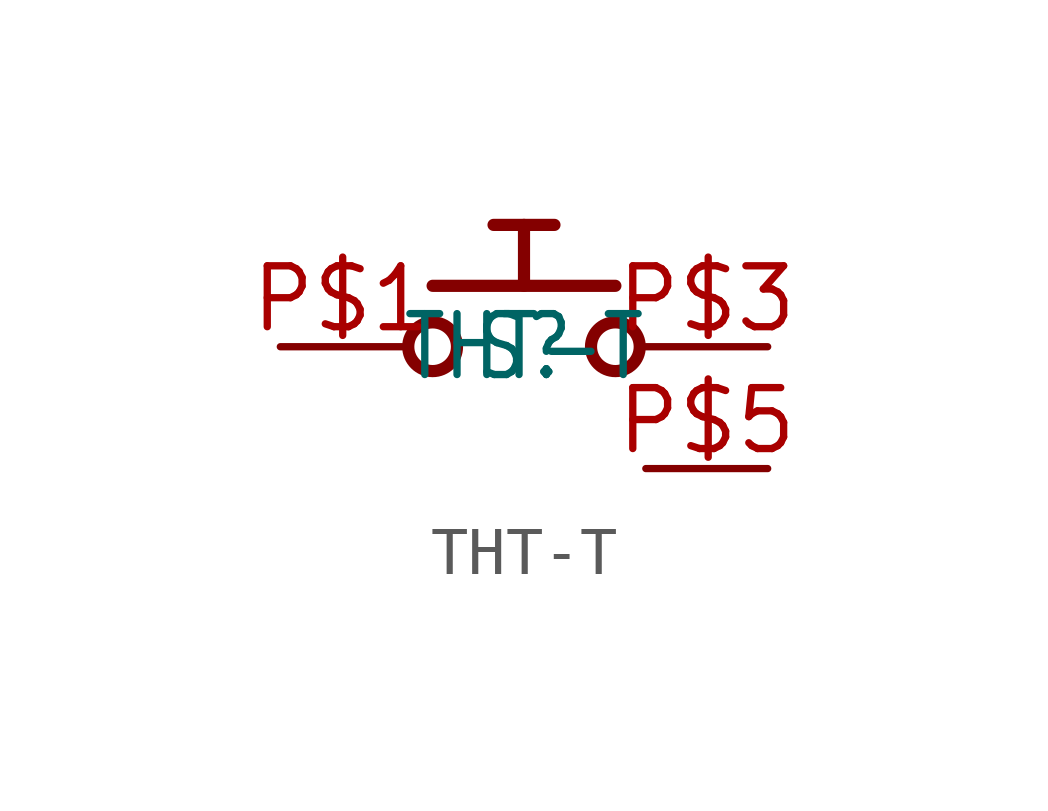
<source format=kicad_sym>
(kicad_symbol_lib
  (version 20211014)
  (generator kicad_symbol_editor)
  (symbol "THT-T"
    (pin_names
      (offset 1.016) hide)
    (property "Reference" "S"
      (at 0 0 0)
      (effects (font (size 1.27 1.086))))
    (property "Value" "THT-T"
      (at 0 0 0)
      (effects (font (size 1.27 1.086))))
    (symbol "THT-T_0_0")
    (symbol "THT-T_0_1"
      (polyline (pts (xy -1.905 1.27) (xy 0.0 1.27) (xy 1.905 1.27)) (stroke (width 0.254) (type default) (color 0 0 0 0)))
      (polyline (pts (xy 0.0 1.27) (xy 0.0 2.54) (xy -0.635 2.54)) (stroke (width 0.254) (type default) (color 0 0 0 0)))
      (polyline (pts (xy 0.0 2.54) (xy 0.635 2.54)) (stroke (width 0.254) (type default) (color 0 0 0 0)))
      (circle (center -1.905 0) (radius 0.508) (stroke (width 0.254) (type default) (color 0 0 0 0)))
      (circle (center 1.905 0) (radius 0.508) (stroke (width 0.254) (type default) (color 0 0 0 0))))
    (symbol "THT-T_1_1"
      (pin bidirectional line (at -5.08 0 0) (length 2.54) (name "P$1" (effects (font (size 1.27 1.086)))) (number "P$1" (effects (font (size 1.27 1.086)))))
      (pin bidirectional line (at -5.08 0 0) (length 2.54) hide (name "P$1" (effects (font (size 1.27 1.086)))) (number "P$2" (effects (font (size 1.27 1.086)))))
      (pin bidirectional line (at 5.08 0 180) (length 2.54) (name "P$2" (effects (font (size 1.27 1.086)))) (number "P$3" (effects (font (size 1.27 1.086)))))
      (pin bidirectional line (at 5.08 0 180) (length 2.54) hide (name "P$2" (effects (font (size 1.27 1.086)))) (number "P$4" (effects (font (size 1.27 1.086)))))
      (pin bidirectional line (at 5.08 -2.54 180) (length 2.54) (name "GND" (effects (font (size 1.27 1.086)))) (number "P$5" (effects (font (size 1.27 1.086))))))))
</source>
